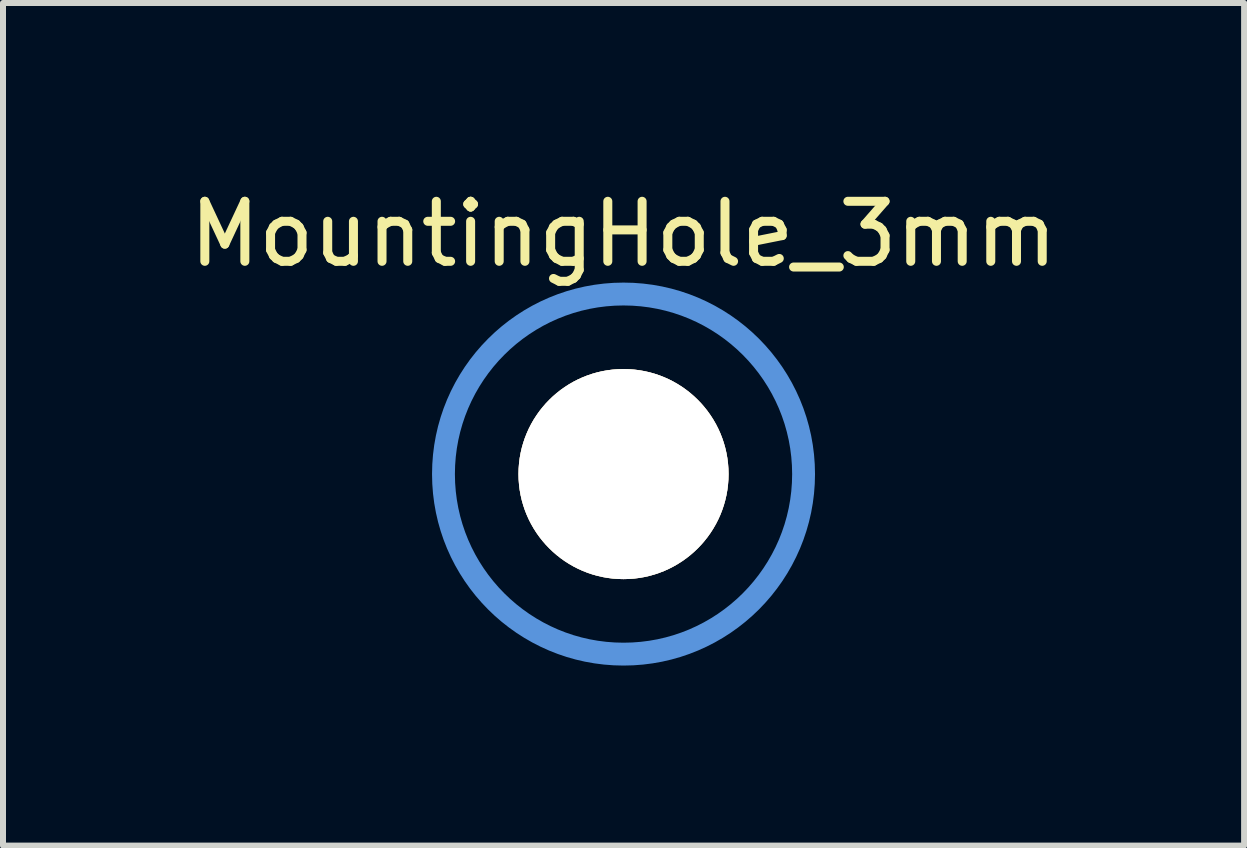
<source format=kicad_pcb>
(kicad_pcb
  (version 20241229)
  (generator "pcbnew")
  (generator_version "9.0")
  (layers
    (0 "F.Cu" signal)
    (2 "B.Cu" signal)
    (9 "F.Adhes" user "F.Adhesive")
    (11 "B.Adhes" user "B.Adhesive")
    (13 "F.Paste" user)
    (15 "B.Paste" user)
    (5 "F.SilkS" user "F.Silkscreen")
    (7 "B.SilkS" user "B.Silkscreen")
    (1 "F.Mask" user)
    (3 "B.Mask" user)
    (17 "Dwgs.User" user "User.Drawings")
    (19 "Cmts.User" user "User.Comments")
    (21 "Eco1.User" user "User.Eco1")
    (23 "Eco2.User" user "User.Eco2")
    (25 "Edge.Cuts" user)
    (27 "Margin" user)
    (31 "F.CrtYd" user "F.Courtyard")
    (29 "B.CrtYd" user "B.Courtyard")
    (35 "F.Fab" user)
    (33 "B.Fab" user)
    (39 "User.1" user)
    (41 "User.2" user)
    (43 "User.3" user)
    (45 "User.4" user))
  (footprint "MountingHole_3mm"
    (layer "F.Cu")
    (at 7.339 4.849)
    (property "Reference" "MountingHole_3mm" (at 0 -4 0) (layer "F.SilkS") (effects (font (size 1 1) (thickness 0.15))))
    (attr through_hole)
    (fp_circle (center 0 0) (end 3 0) (stroke (width 0.381) (type solid)) (fill no) (layer "Cmts.User"))
    (pad "" thru_hole circle (at 0 0) (size 3.5 3.5) (drill 3.5) (layers "*.Cu" "*.Mask" "F.SilkS")))
  (gr_rect
    (start -3 -3)
    (end 17.679 11.039)
    (stroke (width 0.1) (type default))
    (fill no)
    (layer "Edge.Cuts")))
</source>
